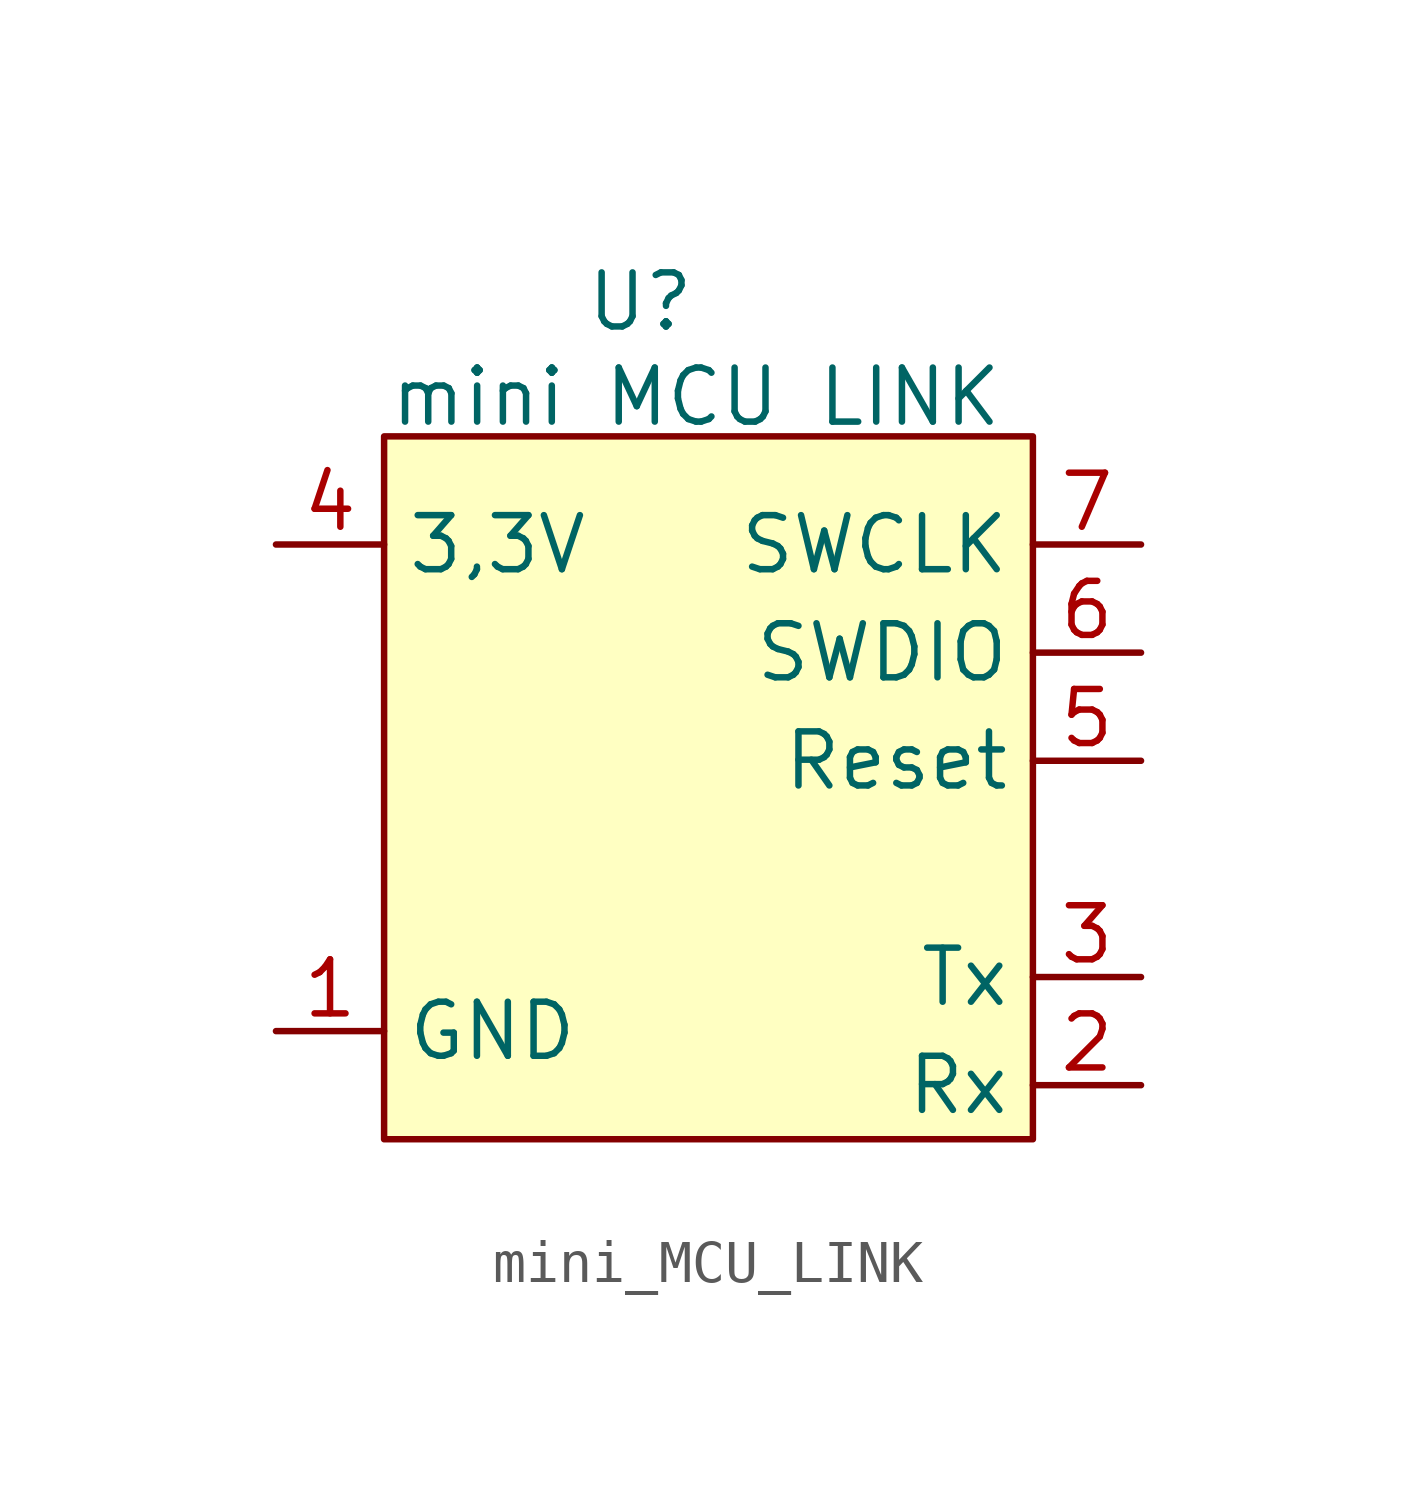
<source format=kicad_sym>
(kicad_symbol_lib
  (version 20220914)
  (generator kicad_symbol_editor)
  (symbol "mini_MCU_LINK"
    (property "Reference" "U"
      (at 6.017 19.672 0)
      (effects (font (size 1.27 1.27))))
    (property "Value" "mini MCU LINK"
      (at 7.326 17.437 0)
      (effects (font (size 1.27 1.27))))
    (symbol "mini_MCU_LINK_1_1"
      (rectangle (start 0 16.51) (end 15.24 0) (stroke (width 0) (type default)) (fill (type background)))
      (pin bidirectional line (at -2.54 2.54 0) (length 2.54) (name "GND" (effects (font (size 1.27 1.27)))) (number "1" (effects (font (size 1.27 1.27)))))
      (pin input line (at 17.78 1.27 180) (length 2.54) (name "Rx" (effects (font (size 1.27 1.27)))) (number "2" (effects (font (size 1.27 1.27)))))
      (pin output line (at 17.78 3.81 180) (length 2.54) (name "Tx" (effects (font (size 1.27 1.27)))) (number "3" (effects (font (size 1.27 1.27)))))
      (pin output line (at -2.54 13.97 0) (length 2.54) (name "3,3V" (effects (font (size 1.27 1.27)))) (number "4" (effects (font (size 1.27 1.27)))))
      (pin bidirectional line (at 17.78 8.89 180) (length 2.54) (name "Reset" (effects (font (size 1.27 1.27)))) (number "5" (effects (font (size 1.27 1.27)))))
      (pin bidirectional line (at 17.78 11.43 180) (length 2.54) (name "SWDIO" (effects (font (size 1.27 1.27)))) (number "6" (effects (font (size 1.27 1.27)))))
      (pin output line (at 17.78 13.97 180) (length 2.54) (name "SWCLK" (effects (font (size 1.27 1.27)))) (number "7" (effects (font (size 1.27 1.27))))))))
</source>
